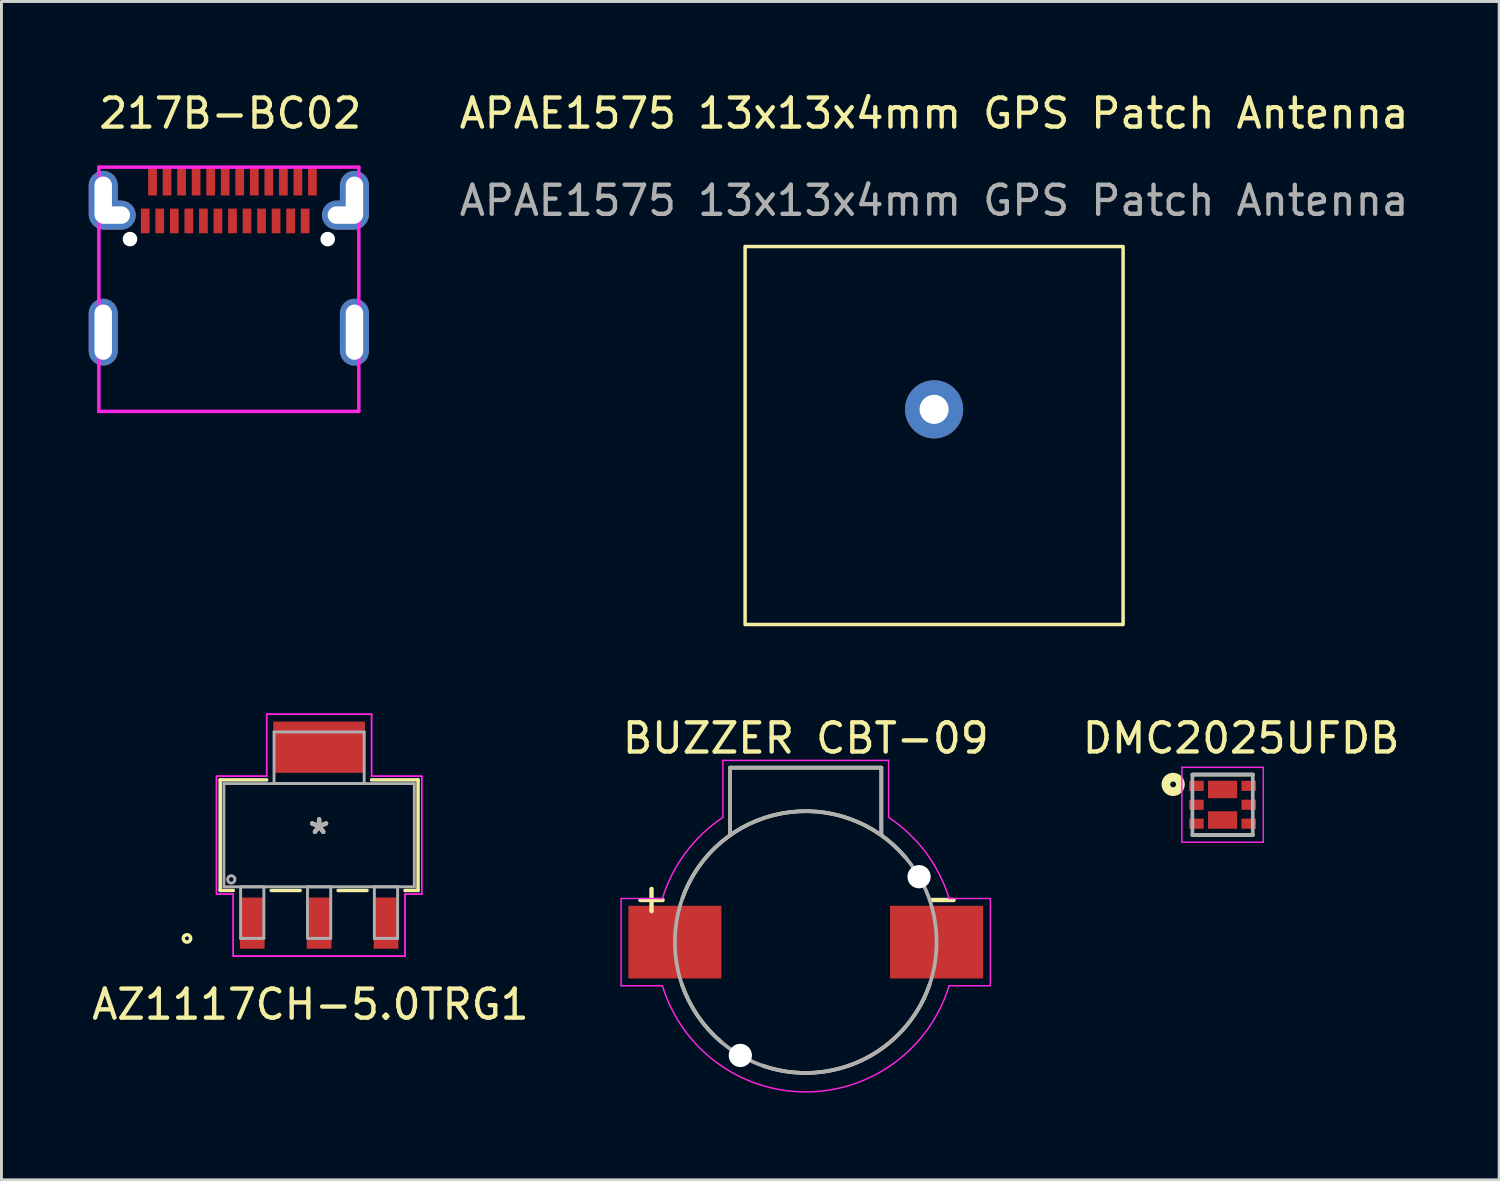
<source format=kicad_pcb>
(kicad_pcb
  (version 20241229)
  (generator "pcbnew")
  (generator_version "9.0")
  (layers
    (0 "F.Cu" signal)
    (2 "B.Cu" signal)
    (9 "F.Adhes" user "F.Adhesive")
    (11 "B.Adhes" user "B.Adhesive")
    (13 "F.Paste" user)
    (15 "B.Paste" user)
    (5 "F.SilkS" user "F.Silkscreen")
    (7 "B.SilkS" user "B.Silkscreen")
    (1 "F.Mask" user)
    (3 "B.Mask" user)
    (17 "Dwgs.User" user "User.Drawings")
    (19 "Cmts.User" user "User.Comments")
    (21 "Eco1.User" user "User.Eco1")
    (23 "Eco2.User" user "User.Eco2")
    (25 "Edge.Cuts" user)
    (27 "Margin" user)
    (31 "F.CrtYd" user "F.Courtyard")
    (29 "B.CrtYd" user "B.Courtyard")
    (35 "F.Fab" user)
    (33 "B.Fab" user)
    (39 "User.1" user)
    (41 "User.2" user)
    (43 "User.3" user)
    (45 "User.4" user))
  (footprint "DMC2025UFDB"
    (layer "F.Cu")
    (at 38.997 24.627)
    (property "Reference" "DMC2025UFDB" (at 0.636 -2.29 0) (layer "F.SilkS") (effects (font (size 1.002 1.002) (thickness 0.15))))
    (attr through_hole)
    (fp_line (start -1.038 -1.038) (end 1.038 -1.038) (stroke (width 0.127) (type solid)) (layer "F.SilkS"))
    (fp_line (start 1.038 1.038) (end -1.038 1.038) (stroke (width 0.127) (type solid)) (layer "F.SilkS"))
    (fp_circle (center -1.7 -0.7) (end -1.6 -0.7) (stroke (width 0.3) (type solid)) (fill no) (layer "F.SilkS"))
    (fp_line (start -1.4 -1.288) (end 1.4 -1.288) (stroke (width 0.05) (type solid)) (layer "F.CrtYd"))
    (fp_line (start -1.4 1.288) (end -1.4 -1.288) (stroke (width 0.05) (type solid)) (layer "F.CrtYd"))
    (fp_line (start 1.4 -1.288) (end 1.4 1.288) (stroke (width 0.05) (type solid)) (layer "F.CrtYd"))
    (fp_line (start 1.4 1.288) (end -1.4 1.288) (stroke (width 0.05) (type solid)) (layer "F.CrtYd"))
    (fp_line (start -1.038 -1.038) (end 1.038 -1.038) (stroke (width 0.127) (type solid)) (layer "F.Fab"))
    (fp_line (start -1.038 1.038) (end -1.038 -1.038) (stroke (width 0.127) (type solid)) (layer "F.Fab"))
    (fp_line (start 1.038 -1.038) (end 1.038 1.038) (stroke (width 0.127) (type solid)) (layer "F.Fab"))
    (fp_line (start 1.038 1.038) (end -1.038 1.038) (stroke (width 0.127) (type solid)) (layer "F.Fab"))
    (pad "1" smd rect (at -0.9 -0.65) (size 0.5 0.35) (layers "F.Cu" "F.Mask" "F.Paste"))
    (pad "2" smd rect (at -0.9 0) (size 0.5 0.35) (layers "F.Cu" "F.Mask" "F.Paste"))
    (pad "3" smd rect (at -0.9 0.65) (size 0.5 0.35) (layers "F.Cu" "F.Mask" "F.Paste"))
    (pad "3" smd rect (at 0 0.525 270) (size 0.6 1) (layers "F.Cu" "F.Mask" "F.Paste"))
    (pad "4" smd rect (at 0.9 0.65) (size 0.5 0.35) (layers "F.Cu" "F.Mask" "F.Paste"))
    (pad "5" smd rect (at 0.9 0) (size 0.5 0.35) (layers "F.Cu" "F.Mask" "F.Paste"))
    (pad "6" smd rect (at 0 -0.525 270) (size 0.6 1) (layers "F.Cu" "F.Mask" "F.Paste"))
    (pad "6" smd rect (at 0.9 -0.65) (size 0.5 0.35) (layers "F.Cu" "F.Mask" "F.Paste")))
  (footprint "APAE1575 13x13x4mm GPS Patch Antenna"
    (layer "F.Cu")
    (at 29.075 11.928)
    (property "Reference" "APAE1575 13x13x4mm GPS Patch Antenna" (at 0 -11.08 0) (unlocked yes) (layer "F.SilkS") (effects (font (size 1 1) (thickness 0.15))))
    (attr through_hole)
    (fp_rect (start -6.5 -6.5) (end 6.5 6.5) (stroke (width 0.12) (type solid)) (fill no) (layer "F.SilkS"))
    (fp_text user "${REFERENCE}" (at 0 -8.08 0) (unlocked yes) (layer "F.Fab") (effects (font (size 1 1) (thickness 0.15))))
    (pad "1" thru_hole circle (at 0 -0.9) (size 2 2) (drill 1) (layers "*.Cu" "*.Mask")))
  (footprint "AZ1117CH-5.0TRG1"
    (layer "F.Cu")
    (at 7.925 25.673)
    (property "Reference" "AZ1117CH-5.0TRG1" (at -0.3 5.82 0) (layer "F.SilkS") (effects (font (size 1 1) (thickness 0.15))))
    (attr through_hole)
    (fp_line (start -3.402 -1.902) (end -3.402 1.902) (stroke (width 0.12) (type solid)) (layer "F.SilkS"))
    (fp_line (start -3.402 1.902) (end -2.953 1.902) (stroke (width 0.12) (type solid)) (layer "F.SilkS"))
    (fp_line (start -1.803 -1.902) (end -3.402 -1.902) (stroke (width 0.12) (type solid)) (layer "F.SilkS"))
    (fp_line (start -1.647 1.902) (end -0.653 1.902) (stroke (width 0.12) (type solid)) (layer "F.SilkS"))
    (fp_line (start 0.653 1.902) (end 1.647 1.902) (stroke (width 0.12) (type solid)) (layer "F.SilkS"))
    (fp_line (start 2.953 1.902) (end 3.402 1.902) (stroke (width 0.12) (type solid)) (layer "F.SilkS"))
    (fp_line (start 3.402 -1.902) (end 1.803 -1.902) (stroke (width 0.12) (type solid)) (layer "F.SilkS"))
    (fp_line (start 3.402 1.902) (end 3.402 -1.902) (stroke (width 0.12) (type solid)) (layer "F.SilkS"))
    (fp_circle (center -4.545 3.55) (end -4.418 3.55) (stroke (width 0.12) (type solid)) (fill no) (layer "F.SilkS"))
    (fp_line (start -3.529 -2.029) (end -1.804 -2.029) (stroke (width 0.05) (type solid)) (layer "F.CrtYd"))
    (fp_line (start -3.529 -2.029) (end -1.804 -2.029) (stroke (width 0.05) (type solid)) (layer "F.CrtYd"))
    (fp_line (start -3.529 2.029) (end -3.529 -2.029) (stroke (width 0.05) (type solid)) (layer "F.CrtYd"))
    (fp_line (start -3.529 2.029) (end -3.529 -2.029) (stroke (width 0.05) (type solid)) (layer "F.CrtYd"))
    (fp_line (start -2.954 2.029) (end -3.529 2.029) (stroke (width 0.05) (type solid)) (layer "F.CrtYd"))
    (fp_line (start -2.954 2.029) (end -3.529 2.029) (stroke (width 0.05) (type solid)) (layer "F.CrtYd"))
    (fp_line (start -2.954 4.16) (end -2.954 2.029) (stroke (width 0.05) (type solid)) (layer "F.CrtYd"))
    (fp_line (start -2.954 4.16) (end -2.954 2.029) (stroke (width 0.05) (type solid)) (layer "F.CrtYd"))
    (fp_line (start -1.804 -4.16) (end 1.804 -4.16) (stroke (width 0.05) (type solid)) (layer "F.CrtYd"))
    (fp_line (start -1.804 -4.16) (end 1.804 -4.16) (stroke (width 0.05) (type solid)) (layer "F.CrtYd"))
    (fp_line (start -1.804 -2.029) (end -1.804 -4.16) (stroke (width 0.05) (type solid)) (layer "F.CrtYd"))
    (fp_line (start -1.804 -2.029) (end -1.804 -4.16) (stroke (width 0.05) (type solid)) (layer "F.CrtYd"))
    (fp_line (start 1.804 -4.16) (end 1.804 -2.029) (stroke (width 0.05) (type solid)) (layer "F.CrtYd"))
    (fp_line (start 1.804 -4.16) (end 1.804 -2.029) (stroke (width 0.05) (type solid)) (layer "F.CrtYd"))
    (fp_line (start 1.804 -2.029) (end 3.529 -2.029) (stroke (width 0.05) (type solid)) (layer "F.CrtYd"))
    (fp_line (start 1.804 -2.029) (end 3.529 -2.029) (stroke (width 0.05) (type solid)) (layer "F.CrtYd"))
    (fp_line (start 2.954 2.029) (end 2.954 4.16) (stroke (width 0.05) (type solid)) (layer "F.CrtYd"))
    (fp_line (start 2.954 2.029) (end 2.954 4.16) (stroke (width 0.05) (type solid)) (layer "F.CrtYd"))
    (fp_line (start 2.954 4.16) (end -2.954 4.16) (stroke (width 0.05) (type solid)) (layer "F.CrtYd"))
    (fp_line (start 2.954 4.16) (end -2.954 4.16) (stroke (width 0.05) (type solid)) (layer "F.CrtYd"))
    (fp_line (start 3.529 -2.029) (end 3.529 2.029) (stroke (width 0.05) (type solid)) (layer "F.CrtYd"))
    (fp_line (start 3.529 -2.029) (end 3.529 2.029) (stroke (width 0.05) (type solid)) (layer "F.CrtYd"))
    (fp_line (start 3.529 2.029) (end 2.954 2.029) (stroke (width 0.05) (type solid)) (layer "F.CrtYd"))
    (fp_line (start 3.529 2.029) (end 2.954 2.029) (stroke (width 0.05) (type solid)) (layer "F.CrtYd"))
    (fp_line (start -3.275 -1.775) (end -3.275 1.775) (stroke (width 0.1) (type solid)) (layer "F.Fab"))
    (fp_line (start -3.275 1.775) (end 3.275 1.775) (stroke (width 0.1) (type solid)) (layer "F.Fab"))
    (fp_line (start -2.7 1.775) (end -2.7 3.55) (stroke (width 0.1) (type solid)) (layer "F.Fab"))
    (fp_line (start -2.7 3.55) (end -1.9 3.55) (stroke (width 0.1) (type solid)) (layer "F.Fab"))
    (fp_line (start -1.9 1.775) (end -2.7 1.775) (stroke (width 0.1) (type solid)) (layer "F.Fab"))
    (fp_line (start -1.9 3.55) (end -1.9 1.775) (stroke (width 0.1) (type solid)) (layer "F.Fab"))
    (fp_line (start -1.55 -3.55) (end -1.55 -1.775) (stroke (width 0.1) (type solid)) (layer "F.Fab"))
    (fp_line (start -1.55 -1.775) (end 1.55 -1.775) (stroke (width 0.1) (type solid)) (layer "F.Fab"))
    (fp_line (start -0.4 1.775) (end -0.4 3.55) (stroke (width 0.1) (type solid)) (layer "F.Fab"))
    (fp_line (start -0.4 3.55) (end 0.4 3.55) (stroke (width 0.1) (type solid)) (layer "F.Fab"))
    (fp_line (start 0.4 1.775) (end -0.4 1.775) (stroke (width 0.1) (type solid)) (layer "F.Fab"))
    (fp_line (start 0.4 3.55) (end 0.4 1.775) (stroke (width 0.1) (type solid)) (layer "F.Fab"))
    (fp_line (start 1.55 -3.55) (end -1.55 -3.55) (stroke (width 0.1) (type solid)) (layer "F.Fab"))
    (fp_line (start 1.55 -1.775) (end 1.55 -3.55) (stroke (width 0.1) (type solid)) (layer "F.Fab"))
    (fp_line (start 1.9 1.775) (end 1.9 3.55) (stroke (width 0.1) (type solid)) (layer "F.Fab"))
    (fp_line (start 1.9 3.55) (end 2.7 3.55) (stroke (width 0.1) (type solid)) (layer "F.Fab"))
    (fp_line (start 2.7 1.775) (end 1.9 1.775) (stroke (width 0.1) (type solid)) (layer "F.Fab"))
    (fp_line (start 2.7 3.55) (end 2.7 1.775) (stroke (width 0.1) (type solid)) (layer "F.Fab"))
    (fp_line (start 3.275 -1.775) (end -3.275 -1.775) (stroke (width 0.1) (type solid)) (layer "F.Fab"))
    (fp_line (start 3.275 1.775) (end 3.275 -1.775) (stroke (width 0.1) (type solid)) (layer "F.Fab"))
    (fp_circle (center -3.021 1.521) (end -2.894 1.521) (stroke (width 0.1) (type solid)) (fill no) (layer "F.Fab"))
    (fp_text user "*" (at 0 0 0) (layer "F.SilkS") (effects (font (size 1 1) (thickness 0.15))))
    (fp_text user "*" (at 0 0 0) (layer "F.Fab") (effects (font (size 1 1) (thickness 0.15))))
    (pad "1" smd rect (at -2.3 3.025) (size 0.851 1.761) (layers "F.Cu" "F.Mask" "F.Paste"))
    (pad "2" smd rect (at 0 3.025) (size 0.851 1.761) (layers "F.Cu" "F.Mask" "F.Paste"))
    (pad "3" smd rect (at 2.3 3.025) (size 0.851 1.761) (layers "F.Cu" "F.Mask" "F.Paste"))
    (pad "4" smd rect (at 0 -3.025) (size 3.151 1.761) (layers "F.Cu" "F.Mask" "F.Paste")))
  (footprint "BUZZER CBT-09"
    (layer "F.Cu")
    (at 24.661 29.351)
    (property "Reference" "BUZZER CBT-09" (at -0.00001 -7.012 0) (layer "F.SilkS") (effects (font (size 1.004 1.004) (thickness 0.15))))
    (attr through_hole)
    (fp_line (start -2.6 -6) (end -2.6 -3.7) (stroke (width 0.127) (type solid)) (layer "F.SilkS"))
    (fp_line (start -2.6 -6) (end 2.6 -6) (stroke (width 0.127) (type solid)) (layer "F.SilkS"))
    (fp_line (start 2.6 -6) (end 2.6 -3.7) (stroke (width 0.127) (type solid)) (layer "F.SilkS"))
    (fp_arc (start -4.24 -1.51) (mid -0.803283 -4.433209) (end 3.44 -2.9) (stroke (width 0.127) (type solid)) (layer "F.SilkS"))
    (fp_arc (start -2.91 3.43) (mid -3.717534 2.530364) (end -4.26 1.45) (stroke (width 0.127) (type solid)) (layer "F.SilkS"))
    (fp_arc (start 4.26 1.46) (mid 1.967828 4.043793) (end -1.48 4.25) (stroke (width 0.127) (type solid)) (layer "F.SilkS"))
    (fp_line (start -6.35 -1.5) (end -6.35 1.5) (stroke (width 0.05) (type solid)) (layer "F.CrtYd"))
    (fp_line (start -6.35 1.5) (end -4.93 1.5) (stroke (width 0.05) (type solid)) (layer "F.CrtYd"))
    (fp_line (start -4.93 -1.5) (end -6.35 -1.5) (stroke (width 0.05) (type solid)) (layer "F.CrtYd"))
    (fp_line (start -2.85 -6.25) (end 2.85 -6.25) (stroke (width 0.05) (type solid)) (layer "F.CrtYd"))
    (fp_line (start -2.85 -4.29) (end -2.85 -6.25) (stroke (width 0.05) (type solid)) (layer "F.CrtYd"))
    (fp_line (start 2.85 -6.25) (end 2.85 -4.29) (stroke (width 0.05) (type solid)) (layer "F.CrtYd"))
    (fp_line (start 4.93 1.5) (end 6.35 1.5) (stroke (width 0.05) (type solid)) (layer "F.CrtYd"))
    (fp_line (start 6.35 -1.5) (end 4.93 -1.5) (stroke (width 0.05) (type solid)) (layer "F.CrtYd"))
    (fp_line (start 6.35 1.5) (end 6.35 -1.5) (stroke (width 0.05) (type solid)) (layer "F.CrtYd"))
    (fp_arc (start -4.93 -1.5) (mid -4.130958 -3.074639) (end -2.85 -4.29) (stroke (width 0.05) (type solid)) (layer "F.CrtYd"))
    (fp_arc (start 2.85 -4.29) (mid 4.132839 -3.076041) (end 4.93 -1.5) (stroke (width 0.05) (type solid)) (layer "F.CrtYd"))
    (fp_arc (start 4.93 1.5) (mid 0 5.151338) (end -4.93 1.5) (stroke (width 0.05) (type solid)) (layer "F.CrtYd"))
    (fp_line (start -2.6 -6) (end -2.6 -3.7) (stroke (width 0.127) (type solid)) (layer "F.Fab"))
    (fp_line (start -2.6 -6) (end 2.6 -6) (stroke (width 0.127) (type solid)) (layer "F.Fab"))
    (fp_line (start 2.6 -6) (end 2.6 -3.7) (stroke (width 0.127) (type solid)) (layer "F.Fab"))
    (fp_circle (center 0 0) (end 4.5 0) (stroke (width 0.127) (type solid)) (fill no) (layer "F.Fab"))
    (fp_text user "+" (at -5.304 -1.521 0) (layer "F.SilkS") (effects (font (size 1.001 1.001) (thickness 0.15))))
    (fp_text user "-" (at 4.704 -1.522 0) (layer "F.SilkS") (effects (font (size 1.001 1.001) (thickness 0.15))))
    (pad "" np_thru_hole circle (at -2.25 3.897) (size 0.8 0.8) (drill 0.8) (layers "*.Cu" "*.Mask"))
    (pad "" np_thru_hole circle (at 3.897 -2.25) (size 0.8 0.8) (drill 0.8) (layers "*.Cu" "*.Mask"))
    (pad "M" smd rect (at 4.5 0) (size 3.2 2.5) (layers "F.Cu" "F.Mask" "F.Paste"))
    (pad "P" smd rect (at -4.5 0) (size 3.2 2.5) (layers "F.Cu" "F.Mask" "F.Paste")))
  (footprint "217B-BC02"
    (layer "F.Cu")
    (at 4.82 3.198)
    (property "Reference" "217B-BC02" (at 0.05 -2.35 0) (layer "F.SilkS") (effects (font (size 1 1) (thickness 0.15))))
    (attr through_hole)
    (fp_line (start -4.47 -0.5) (end -4.47 7.9) (stroke (width 0.12) (type solid)) (layer "F.CrtYd"))
    (fp_line (start -4.47 7.9) (end 4.47 7.9) (stroke (width 0.12) (type solid)) (layer "F.CrtYd"))
    (fp_line (start 0 -0.5) (end -4.47 -0.5) (stroke (width 0.12) (type solid)) (layer "F.CrtYd"))
    (fp_line (start 0 -0.5) (end 4.47 -0.5) (stroke (width 0.12) (type solid)) (layer "F.CrtYd"))
    (fp_line (start 4.47 -0.5) (end 4.47 7.9) (stroke (width 0.12) (type solid)) (layer "F.CrtYd"))
    (pad "" np_thru_hole circle (at -3.4 1.975) (size 0.5 0.5) (drill 0.5) (layers "*.Cu" "*.Mask"))
    (pad "" np_thru_hole circle (at 3.4 1.975) (size 0.5 0.5) (drill 0.5) (layers "*.Cu" "*.Mask"))
    (pad "A1" smd rect (at -2.625 0) (size 0.3 0.95) (layers "F.Cu" "F.Mask" "F.Paste"))
    (pad "A2" smd rect (at -2.125 0) (size 0.3 0.95) (layers "F.Cu" "F.Mask" "F.Paste"))
    (pad "A3" smd rect (at -1.625 0) (size 0.3 0.95) (layers "F.Cu" "F.Mask" "F.Paste"))
    (pad "A4" smd rect (at -1.125 0) (size 0.3 0.95) (layers "F.Cu" "F.Mask" "F.Paste"))
    (pad "A5" smd rect (at -0.625 0) (size 0.3 0.95) (layers "F.Cu" "F.Mask" "F.Paste"))
    (pad "A6" smd rect (at -0.125 0) (size 0.3 0.95) (layers "F.Cu" "F.Mask" "F.Paste"))
    (pad "A7" smd rect (at 0.375 0) (size 0.3 0.95) (layers "F.Cu" "F.Mask" "F.Paste"))
    (pad "A8" smd rect (at 0.875 0) (size 0.3 0.95) (layers "F.Cu" "F.Mask" "F.Paste"))
    (pad "A9" smd rect (at 1.375 0) (size 0.3 0.95) (layers "F.Cu" "F.Mask" "F.Paste"))
    (pad "A10" smd rect (at 1.875 0) (size 0.3 0.95) (layers "F.Cu" "F.Mask" "F.Paste"))
    (pad "A11" smd rect (at 2.375 0) (size 0.3 0.95) (layers "F.Cu" "F.Mask" "F.Paste"))
    (pad "A12" smd rect (at 2.875 0) (size 0.3 0.95) (layers "F.Cu" "F.Mask" "F.Paste"))
    (pad "B1" smd rect (at 2.625 1.35) (size 0.3 0.85) (layers "F.Cu" "F.Mask" "F.Paste"))
    (pad "B2" smd rect (at 2.125 1.35) (size 0.3 0.85) (layers "F.Cu" "F.Mask" "F.Paste"))
    (pad "B3" smd rect (at 1.625 1.35) (size 0.3 0.85) (layers "F.Cu" "F.Mask" "F.Paste"))
    (pad "B4" smd rect (at 1.125 1.35) (size 0.3 0.85) (layers "F.Cu" "F.Mask" "F.Paste"))
    (pad "B5" smd rect (at 0.625 1.35) (size 0.3 0.85) (layers "F.Cu" "F.Mask" "F.Paste"))
    (pad "B6" smd rect (at 0.125 1.35) (size 0.3 0.85) (layers "F.Cu" "F.Mask" "F.Paste"))
    (pad "B7" smd rect (at -0.375 1.35) (size 0.3 0.85) (layers "F.Cu" "F.Mask" "F.Paste"))
    (pad "B8" smd rect (at -0.875 1.35) (size 0.3 0.85) (layers "F.Cu" "F.Mask" "F.Paste"))
    (pad "B9" smd rect (at -1.375 1.35) (size 0.3 0.85) (layers "F.Cu" "F.Mask" "F.Paste"))
    (pad "B10" smd rect (at -1.875 1.35) (size 0.3 0.85) (layers "F.Cu" "F.Mask" "F.Paste"))
    (pad "B11" smd rect (at -2.375 1.35) (size 0.3 0.85) (layers "F.Cu" "F.Mask" "F.Paste"))
    (pad "B12" smd rect (at -2.875 1.35) (size 0.3 0.85) (layers "F.Cu" "F.Mask" "F.Paste"))
    (pad "S" thru_hole roundrect (at -4.32 0.625) (size 1 2) (drill oval 0.6 1.6) (layers "*.Cu" "*.Mask") (roundrect_rratio 0.5))
    (pad "S" thru_hole roundrect (at -4.32 5.175) (size 1 2.3) (drill oval 0.6 1.9) (layers "*.Cu" "*.Mask") (roundrect_rratio 0.5))
    (pad "S" thru_hole roundrect (at -4 1.15 90) (size 1 1.6) (drill oval 0.6 1.2) (layers "*.Cu" "*.Mask") (roundrect_rratio 0.5))
    (pad "S" thru_hole roundrect (at 4 1.15 90) (size 1 1.6) (drill oval 0.6 1.2) (layers "*.Cu" "*.Mask") (roundrect_rratio 0.5))
    (pad "S" thru_hole roundrect (at 4.32 0.625 180) (size 1 2) (drill oval 0.6 1.6) (layers "*.Cu" "*.Mask") (roundrect_rratio 0.5))
    (pad "S" thru_hole roundrect (at 4.32 5.175) (size 1 2.3) (drill oval 0.6 1.9) (layers "*.Cu" "*.Mask") (roundrect_rratio 0.5)))
  (gr_rect
    (start -3 -3)
    (end 48.509 37.527)
    (stroke (width 0.1) (type default))
    (fill no)
    (layer "Edge.Cuts")))
</source>
